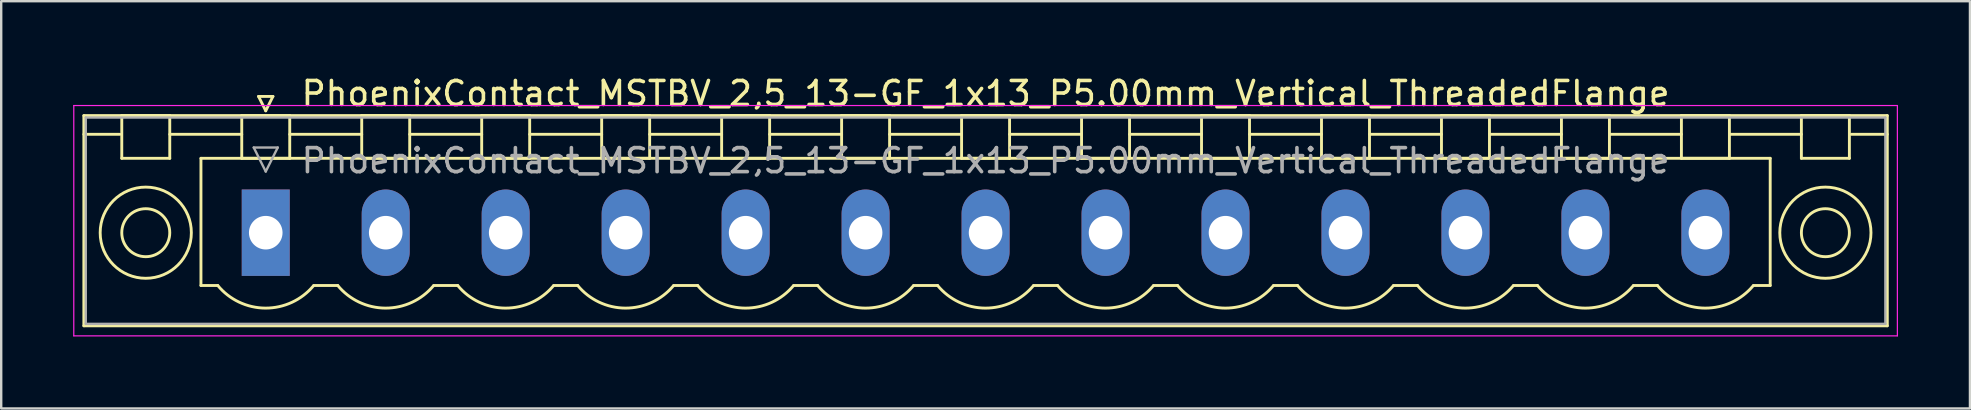
<source format=kicad_pcb>
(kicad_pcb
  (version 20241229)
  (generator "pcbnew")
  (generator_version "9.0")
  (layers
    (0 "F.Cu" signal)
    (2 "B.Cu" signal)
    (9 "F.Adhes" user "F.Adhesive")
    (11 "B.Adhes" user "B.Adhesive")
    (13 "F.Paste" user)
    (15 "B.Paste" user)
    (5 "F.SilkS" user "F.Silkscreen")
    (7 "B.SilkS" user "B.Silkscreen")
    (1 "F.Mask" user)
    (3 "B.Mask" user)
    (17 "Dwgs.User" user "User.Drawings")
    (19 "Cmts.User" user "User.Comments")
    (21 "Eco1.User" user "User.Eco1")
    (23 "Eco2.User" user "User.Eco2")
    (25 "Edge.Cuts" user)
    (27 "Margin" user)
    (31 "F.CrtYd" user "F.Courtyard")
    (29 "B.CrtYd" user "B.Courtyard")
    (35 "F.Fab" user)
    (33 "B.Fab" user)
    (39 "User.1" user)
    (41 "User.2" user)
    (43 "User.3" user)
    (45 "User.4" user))
  (footprint "PhoenixContact_MSTBV_2,5_13-GF_1x13_P5.00mm_Vertical_ThreadedFlange"
    (layer "F.Cu")
    (at 8.025 6.648)
    (property "Reference" "PhoenixContact_MSTBV_2,5_13-GF_1x13_P5.00mm_Vertical_ThreadedFlange" (at 30 -5.8 0) (layer "F.SilkS") (effects (font (size 1 1) (thickness 0.15))))
    (attr through_hole)
    (fp_line (start -7.58 -4.88) (end -7.58 3.88) (stroke (width 0.12) (type solid)) (layer "F.SilkS"))
    (fp_line (start -7.58 -4.1) (end -6.08 -4.1) (stroke (width 0.12) (type solid)) (layer "F.SilkS"))
    (fp_line (start -7.58 3.88) (end 67.58 3.88) (stroke (width 0.12) (type solid)) (layer "F.SilkS"))
    (fp_line (start -6 -4.88) (end -4 -4.88) (stroke (width 0.12) (type solid)) (layer "F.SilkS"))
    (fp_line (start -6 -3.1) (end -6 -4.88) (stroke (width 0.12) (type solid)) (layer "F.SilkS"))
    (fp_line (start -4 -4.88) (end -4 -3.1) (stroke (width 0.12) (type solid)) (layer "F.SilkS"))
    (fp_line (start -4 -4.1) (end -1 -4.1) (stroke (width 0.12) (type solid)) (layer "F.SilkS"))
    (fp_line (start -4 -3.1) (end -6 -3.1) (stroke (width 0.12) (type solid)) (layer "F.SilkS"))
    (fp_line (start -2.7 -3.1) (end 62.7 -3.1) (stroke (width 0.12) (type solid)) (layer "F.SilkS"))
    (fp_line (start -2.7 2.2) (end -2.7 -3.1) (stroke (width 0.12) (type solid)) (layer "F.SilkS"))
    (fp_line (start -2 2.2) (end -2.7 2.2) (stroke (width 0.12) (type solid)) (layer "F.SilkS"))
    (fp_line (start -1 -4.88) (end 1 -4.88) (stroke (width 0.12) (type solid)) (layer "F.SilkS"))
    (fp_line (start -1 -3.1) (end -1 -4.88) (stroke (width 0.12) (type solid)) (layer "F.SilkS"))
    (fp_line (start -0.3 -5.68) (end 0.3 -5.68) (stroke (width 0.12) (type solid)) (layer "F.SilkS"))
    (fp_line (start 0 -5.08) (end -0.3 -5.68) (stroke (width 0.12) (type solid)) (layer "F.SilkS"))
    (fp_line (start 0.3 -5.68) (end 0 -5.08) (stroke (width 0.12) (type solid)) (layer "F.SilkS"))
    (fp_line (start 1 -4.88) (end 1 -3.1) (stroke (width 0.12) (type solid)) (layer "F.SilkS"))
    (fp_line (start 1 -4.1) (end 4 -4.1) (stroke (width 0.12) (type solid)) (layer "F.SilkS"))
    (fp_line (start 1 -3.1) (end -1 -3.1) (stroke (width 0.12) (type solid)) (layer "F.SilkS"))
    (fp_line (start 2 2.2) (end 3 2.2) (stroke (width 0.12) (type solid)) (layer "F.SilkS"))
    (fp_line (start 4 -4.88) (end 6 -4.88) (stroke (width 0.12) (type solid)) (layer "F.SilkS"))
    (fp_line (start 4 -3.1) (end 4 -4.88) (stroke (width 0.12) (type solid)) (layer "F.SilkS"))
    (fp_line (start 6 -4.88) (end 6 -3.1) (stroke (width 0.12) (type solid)) (layer "F.SilkS"))
    (fp_line (start 6 -4.1) (end 9 -4.1) (stroke (width 0.12) (type solid)) (layer "F.SilkS"))
    (fp_line (start 6 -3.1) (end 4 -3.1) (stroke (width 0.12) (type solid)) (layer "F.SilkS"))
    (fp_line (start 7 2.2) (end 8 2.2) (stroke (width 0.12) (type solid)) (layer "F.SilkS"))
    (fp_line (start 9 -4.88) (end 11 -4.88) (stroke (width 0.12) (type solid)) (layer "F.SilkS"))
    (fp_line (start 9 -3.1) (end 9 -4.88) (stroke (width 0.12) (type solid)) (layer "F.SilkS"))
    (fp_line (start 11 -4.88) (end 11 -3.1) (stroke (width 0.12) (type solid)) (layer "F.SilkS"))
    (fp_line (start 11 -4.1) (end 14 -4.1) (stroke (width 0.12) (type solid)) (layer "F.SilkS"))
    (fp_line (start 11 -3.1) (end 9 -3.1) (stroke (width 0.12) (type solid)) (layer "F.SilkS"))
    (fp_line (start 12 2.2) (end 13 2.2) (stroke (width 0.12) (type solid)) (layer "F.SilkS"))
    (fp_line (start 14 -4.88) (end 16 -4.88) (stroke (width 0.12) (type solid)) (layer "F.SilkS"))
    (fp_line (start 14 -3.1) (end 14 -4.88) (stroke (width 0.12) (type solid)) (layer "F.SilkS"))
    (fp_line (start 16 -4.88) (end 16 -3.1) (stroke (width 0.12) (type solid)) (layer "F.SilkS"))
    (fp_line (start 16 -4.1) (end 19 -4.1) (stroke (width 0.12) (type solid)) (layer "F.SilkS"))
    (fp_line (start 16 -3.1) (end 14 -3.1) (stroke (width 0.12) (type solid)) (layer "F.SilkS"))
    (fp_line (start 17 2.2) (end 18 2.2) (stroke (width 0.12) (type solid)) (layer "F.SilkS"))
    (fp_line (start 19 -4.88) (end 21 -4.88) (stroke (width 0.12) (type solid)) (layer "F.SilkS"))
    (fp_line (start 19 -3.1) (end 19 -4.88) (stroke (width 0.12) (type solid)) (layer "F.SilkS"))
    (fp_line (start 21 -4.88) (end 21 -3.1) (stroke (width 0.12) (type solid)) (layer "F.SilkS"))
    (fp_line (start 21 -4.1) (end 24 -4.1) (stroke (width 0.12) (type solid)) (layer "F.SilkS"))
    (fp_line (start 21 -3.1) (end 19 -3.1) (stroke (width 0.12) (type solid)) (layer "F.SilkS"))
    (fp_line (start 22 2.2) (end 23 2.2) (stroke (width 0.12) (type solid)) (layer "F.SilkS"))
    (fp_line (start 24 -4.88) (end 26 -4.88) (stroke (width 0.12) (type solid)) (layer "F.SilkS"))
    (fp_line (start 24 -3.1) (end 24 -4.88) (stroke (width 0.12) (type solid)) (layer "F.SilkS"))
    (fp_line (start 26 -4.88) (end 26 -3.1) (stroke (width 0.12) (type solid)) (layer "F.SilkS"))
    (fp_line (start 26 -4.1) (end 29 -4.1) (stroke (width 0.12) (type solid)) (layer "F.SilkS"))
    (fp_line (start 26 -3.1) (end 24 -3.1) (stroke (width 0.12) (type solid)) (layer "F.SilkS"))
    (fp_line (start 27 2.2) (end 28 2.2) (stroke (width 0.12) (type solid)) (layer "F.SilkS"))
    (fp_line (start 29 -4.88) (end 31 -4.88) (stroke (width 0.12) (type solid)) (layer "F.SilkS"))
    (fp_line (start 29 -3.1) (end 29 -4.88) (stroke (width 0.12) (type solid)) (layer "F.SilkS"))
    (fp_line (start 31 -4.88) (end 31 -3.1) (stroke (width 0.12) (type solid)) (layer "F.SilkS"))
    (fp_line (start 31 -4.1) (end 34 -4.1) (stroke (width 0.12) (type solid)) (layer "F.SilkS"))
    (fp_line (start 31 -3.1) (end 29 -3.1) (stroke (width 0.12) (type solid)) (layer "F.SilkS"))
    (fp_line (start 32 2.2) (end 33 2.2) (stroke (width 0.12) (type solid)) (layer "F.SilkS"))
    (fp_line (start 34 -4.88) (end 36 -4.88) (stroke (width 0.12) (type solid)) (layer "F.SilkS"))
    (fp_line (start 34 -3.1) (end 34 -4.88) (stroke (width 0.12) (type solid)) (layer "F.SilkS"))
    (fp_line (start 36 -4.88) (end 36 -3.1) (stroke (width 0.12) (type solid)) (layer "F.SilkS"))
    (fp_line (start 36 -4.1) (end 39 -4.1) (stroke (width 0.12) (type solid)) (layer "F.SilkS"))
    (fp_line (start 36 -3.1) (end 34 -3.1) (stroke (width 0.12) (type solid)) (layer "F.SilkS"))
    (fp_line (start 37 2.2) (end 38 2.2) (stroke (width 0.12) (type solid)) (layer "F.SilkS"))
    (fp_line (start 39 -4.88) (end 41 -4.88) (stroke (width 0.12) (type solid)) (layer "F.SilkS"))
    (fp_line (start 39 -3.1) (end 39 -4.88) (stroke (width 0.12) (type solid)) (layer "F.SilkS"))
    (fp_line (start 41 -4.88) (end 41 -3.1) (stroke (width 0.12) (type solid)) (layer "F.SilkS"))
    (fp_line (start 41 -4.1) (end 44 -4.1) (stroke (width 0.12) (type solid)) (layer "F.SilkS"))
    (fp_line (start 41 -3.1) (end 39 -3.1) (stroke (width 0.12) (type solid)) (layer "F.SilkS"))
    (fp_line (start 42 2.2) (end 43 2.2) (stroke (width 0.12) (type solid)) (layer "F.SilkS"))
    (fp_line (start 44 -4.88) (end 46 -4.88) (stroke (width 0.12) (type solid)) (layer "F.SilkS"))
    (fp_line (start 44 -3.1) (end 44 -4.88) (stroke (width 0.12) (type solid)) (layer "F.SilkS"))
    (fp_line (start 46 -4.88) (end 46 -3.1) (stroke (width 0.12) (type solid)) (layer "F.SilkS"))
    (fp_line (start 46 -4.1) (end 49 -4.1) (stroke (width 0.12) (type solid)) (layer "F.SilkS"))
    (fp_line (start 46 -3.1) (end 44 -3.1) (stroke (width 0.12) (type solid)) (layer "F.SilkS"))
    (fp_line (start 47 2.2) (end 48 2.2) (stroke (width 0.12) (type solid)) (layer "F.SilkS"))
    (fp_line (start 49 -4.88) (end 51 -4.88) (stroke (width 0.12) (type solid)) (layer "F.SilkS"))
    (fp_line (start 49 -3.1) (end 49 -4.88) (stroke (width 0.12) (type solid)) (layer "F.SilkS"))
    (fp_line (start 51 -4.88) (end 51 -3.1) (stroke (width 0.12) (type solid)) (layer "F.SilkS"))
    (fp_line (start 51 -4.1) (end 54 -4.1) (stroke (width 0.12) (type solid)) (layer "F.SilkS"))
    (fp_line (start 51 -3.1) (end 49 -3.1) (stroke (width 0.12) (type solid)) (layer "F.SilkS"))
    (fp_line (start 52 2.2) (end 53 2.2) (stroke (width 0.12) (type solid)) (layer "F.SilkS"))
    (fp_line (start 54 -4.88) (end 56 -4.88) (stroke (width 0.12) (type solid)) (layer "F.SilkS"))
    (fp_line (start 54 -3.1) (end 54 -4.88) (stroke (width 0.12) (type solid)) (layer "F.SilkS"))
    (fp_line (start 56 -4.88) (end 56 -3.1) (stroke (width 0.12) (type solid)) (layer "F.SilkS"))
    (fp_line (start 56 -4.1) (end 59 -4.1) (stroke (width 0.12) (type solid)) (layer "F.SilkS"))
    (fp_line (start 56 -3.1) (end 54 -3.1) (stroke (width 0.12) (type solid)) (layer "F.SilkS"))
    (fp_line (start 57 2.2) (end 58 2.2) (stroke (width 0.12) (type solid)) (layer "F.SilkS"))
    (fp_line (start 59 -4.88) (end 61 -4.88) (stroke (width 0.12) (type solid)) (layer "F.SilkS"))
    (fp_line (start 59 -3.1) (end 59 -4.88) (stroke (width 0.12) (type solid)) (layer "F.SilkS"))
    (fp_line (start 61 -4.88) (end 61 -3.1) (stroke (width 0.12) (type solid)) (layer "F.SilkS"))
    (fp_line (start 61 -4.1) (end 64 -4.1) (stroke (width 0.12) (type solid)) (layer "F.SilkS"))
    (fp_line (start 61 -3.1) (end 59 -3.1) (stroke (width 0.12) (type solid)) (layer "F.SilkS"))
    (fp_line (start 62.7 -3.1) (end 62.7 2.2) (stroke (width 0.12) (type solid)) (layer "F.SilkS"))
    (fp_line (start 62.7 2.2) (end 62 2.2) (stroke (width 0.12) (type solid)) (layer "F.SilkS"))
    (fp_line (start 64 -4.88) (end 66 -4.88) (stroke (width 0.12) (type solid)) (layer "F.SilkS"))
    (fp_line (start 64 -3.1) (end 64 -4.88) (stroke (width 0.12) (type solid)) (layer "F.SilkS"))
    (fp_line (start 66 -4.88) (end 66 -3.1) (stroke (width 0.12) (type solid)) (layer "F.SilkS"))
    (fp_line (start 66 -3.1) (end 64 -3.1) (stroke (width 0.12) (type solid)) (layer "F.SilkS"))
    (fp_line (start 67.58 -4.88) (end -7.58 -4.88) (stroke (width 0.12) (type solid)) (layer "F.SilkS"))
    (fp_line (start 67.58 -4.1) (end 66.08 -4.1) (stroke (width 0.12) (type solid)) (layer "F.SilkS"))
    (fp_line (start 67.58 3.88) (end 67.58 -4.88) (stroke (width 0.12) (type solid)) (layer "F.SilkS"))
    (fp_arc (start 1.986842 2.215821) (mid -0.010289 3.142758) (end -2 2.2) (stroke (width 0.12) (type solid)) (layer "F.SilkS"))
    (fp_arc (start 6.986842 2.215821) (mid 4.989711 3.142758) (end 3 2.2) (stroke (width 0.12) (type solid)) (layer "F.SilkS"))
    (fp_arc (start 11.986842 2.215821) (mid 9.989711 3.142758) (end 8 2.2) (stroke (width 0.12) (type solid)) (layer "F.SilkS"))
    (fp_arc (start 16.986842 2.215821) (mid 14.989711 3.142758) (end 13 2.2) (stroke (width 0.12) (type solid)) (layer "F.SilkS"))
    (fp_arc (start 21.986842 2.215821) (mid 19.989711 3.142758) (end 18 2.2) (stroke (width 0.12) (type solid)) (layer "F.SilkS"))
    (fp_arc (start 26.986842 2.215821) (mid 24.989711 3.142758) (end 23 2.2) (stroke (width 0.12) (type solid)) (layer "F.SilkS"))
    (fp_arc (start 31.986842 2.215821) (mid 29.989711 3.142758) (end 28 2.2) (stroke (width 0.12) (type solid)) (layer "F.SilkS"))
    (fp_arc (start 36.986842 2.215821) (mid 34.989711 3.142758) (end 33 2.2) (stroke (width 0.12) (type solid)) (layer "F.SilkS"))
    (fp_arc (start 41.986842 2.215821) (mid 39.989711 3.142758) (end 38 2.2) (stroke (width 0.12) (type solid)) (layer "F.SilkS"))
    (fp_arc (start 46.986842 2.215821) (mid 44.989711 3.142758) (end 43 2.2) (stroke (width 0.12) (type solid)) (layer "F.SilkS"))
    (fp_arc (start 51.986842 2.215821) (mid 49.989711 3.142758) (end 48 2.2) (stroke (width 0.12) (type solid)) (layer "F.SilkS"))
    (fp_arc (start 56.986842 2.215821) (mid 54.989711 3.142758) (end 53 2.2) (stroke (width 0.12) (type solid)) (layer "F.SilkS"))
    (fp_arc (start 61.986842 2.215821) (mid 59.989711 3.142758) (end 58 2.2) (stroke (width 0.12) (type solid)) (layer "F.SilkS"))
    (fp_circle (center -5 0) (end -4 0) (stroke (width 0.12) (type solid)) (fill no) (layer "F.SilkS"))
    (fp_circle (center -5 0) (end -3.1 0) (stroke (width 0.12) (type solid)) (fill no) (layer "F.SilkS"))
    (fp_circle (center 65 0) (end 66 0) (stroke (width 0.12) (type solid)) (fill no) (layer "F.SilkS"))
    (fp_circle (center 65 0) (end 66.9 0) (stroke (width 0.12) (type solid)) (fill no) (layer "F.SilkS"))
    (fp_line (start -8 -5.3) (end -8 4.3) (stroke (width 0.05) (type solid)) (layer "F.CrtYd"))
    (fp_line (start -8 4.3) (end 68 4.3) (stroke (width 0.05) (type solid)) (layer "F.CrtYd"))
    (fp_line (start 68 -5.3) (end -8 -5.3) (stroke (width 0.05) (type solid)) (layer "F.CrtYd"))
    (fp_line (start 68 4.3) (end 68 -5.3) (stroke (width 0.05) (type solid)) (layer "F.CrtYd"))
    (fp_line (start -7.5 -4.8) (end -7.5 3.8) (stroke (width 0.1) (type solid)) (layer "F.Fab"))
    (fp_line (start -7.5 3.8) (end 67.5 3.8) (stroke (width 0.1) (type solid)) (layer "F.Fab"))
    (fp_line (start -0.5 -3.55) (end 0.5 -3.55) (stroke (width 0.1) (type solid)) (layer "F.Fab"))
    (fp_line (start 0 -2.55) (end -0.5 -3.55) (stroke (width 0.1) (type solid)) (layer "F.Fab"))
    (fp_line (start 0.5 -3.55) (end 0 -2.55) (stroke (width 0.1) (type solid)) (layer "F.Fab"))
    (fp_line (start 67.5 -4.8) (end -7.5 -4.8) (stroke (width 0.1) (type solid)) (layer "F.Fab"))
    (fp_line (start 67.5 3.8) (end 67.5 -4.8) (stroke (width 0.1) (type solid)) (layer "F.Fab"))
    (fp_text user "${REFERENCE}" (at 30 -3 0) (layer "F.Fab") (effects (font (size 1 1) (thickness 0.15))))
    (pad "1" thru_hole rect (at 0 0) (size 2 3.6) (drill 1.4) (layers "*.Cu" "*.Mask"))
    (pad "2" thru_hole oval (at 5 0) (size 2 3.6) (drill 1.4) (layers "*.Cu" "*.Mask"))
    (pad "3" thru_hole oval (at 10 0) (size 2 3.6) (drill 1.4) (layers "*.Cu" "*.Mask"))
    (pad "4" thru_hole oval (at 15 0) (size 2 3.6) (drill 1.4) (layers "*.Cu" "*.Mask"))
    (pad "5" thru_hole oval (at 20 0) (size 2 3.6) (drill 1.4) (layers "*.Cu" "*.Mask"))
    (pad "6" thru_hole oval (at 25 0) (size 2 3.6) (drill 1.4) (layers "*.Cu" "*.Mask"))
    (pad "7" thru_hole oval (at 30 0) (size 2 3.6) (drill 1.4) (layers "*.Cu" "*.Mask"))
    (pad "8" thru_hole oval (at 35 0) (size 2 3.6) (drill 1.4) (layers "*.Cu" "*.Mask"))
    (pad "9" thru_hole oval (at 40 0) (size 2 3.6) (drill 1.4) (layers "*.Cu" "*.Mask"))
    (pad "10" thru_hole oval (at 45 0) (size 2 3.6) (drill 1.4) (layers "*.Cu" "*.Mask"))
    (pad "11" thru_hole oval (at 50 0) (size 2 3.6) (drill 1.4) (layers "*.Cu" "*.Mask"))
    (pad "12" thru_hole oval (at 55 0) (size 2 3.6) (drill 1.4) (layers "*.Cu" "*.Mask"))
    (pad "13" thru_hole oval (at 60 0) (size 2 3.6) (drill 1.4) (layers "*.Cu" "*.Mask")))
  (gr_rect
    (start -3 -3)
    (end 79.05 13.973)
    (stroke (width 0.1) (type default))
    (fill no)
    (layer "Edge.Cuts")))
</source>
